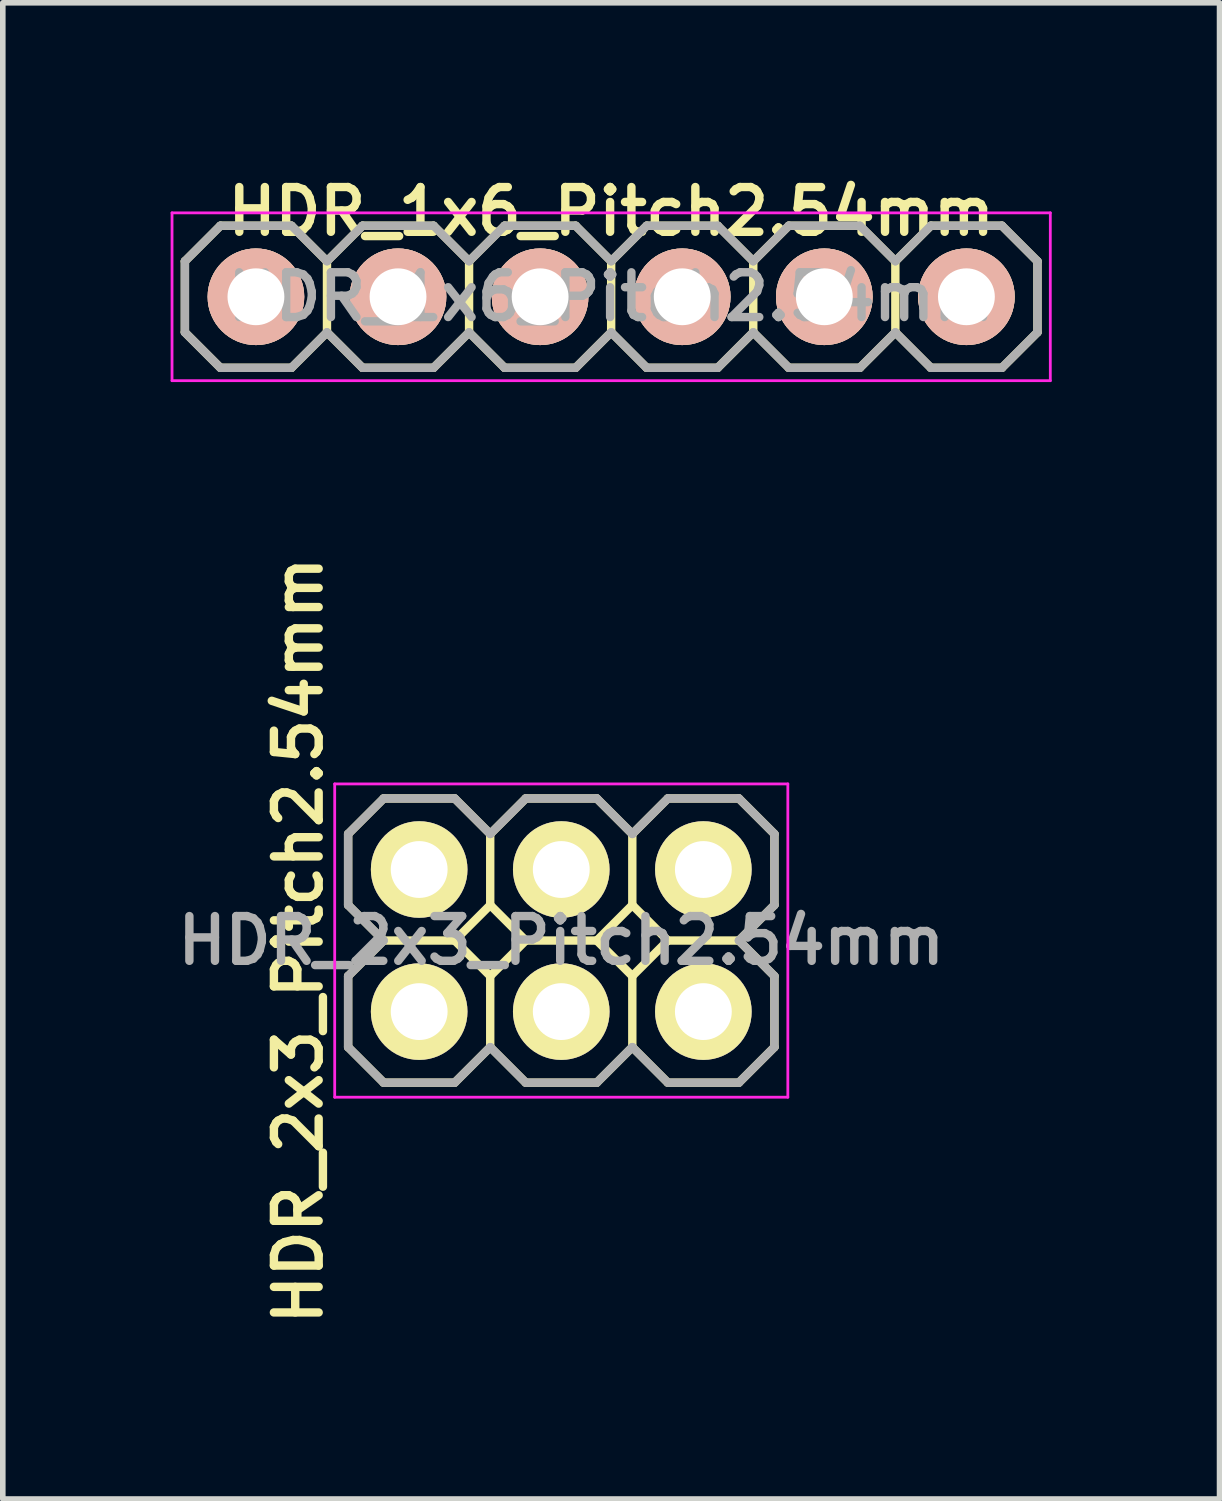
<source format=kicad_pcb>
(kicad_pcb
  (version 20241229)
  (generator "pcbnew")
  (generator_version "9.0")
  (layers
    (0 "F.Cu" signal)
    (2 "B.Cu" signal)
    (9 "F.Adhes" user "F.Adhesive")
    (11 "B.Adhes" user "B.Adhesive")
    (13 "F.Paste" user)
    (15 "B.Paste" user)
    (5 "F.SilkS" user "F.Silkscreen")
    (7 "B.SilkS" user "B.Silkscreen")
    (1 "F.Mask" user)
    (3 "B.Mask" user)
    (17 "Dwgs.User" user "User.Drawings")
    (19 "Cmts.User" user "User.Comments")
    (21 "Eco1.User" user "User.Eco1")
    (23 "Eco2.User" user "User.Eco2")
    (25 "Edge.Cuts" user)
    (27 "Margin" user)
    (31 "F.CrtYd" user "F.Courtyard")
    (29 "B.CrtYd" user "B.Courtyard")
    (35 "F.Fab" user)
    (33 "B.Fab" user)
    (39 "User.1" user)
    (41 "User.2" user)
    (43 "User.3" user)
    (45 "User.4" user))
  (footprint "HDR_2x3_Pitch2.54mm"
    (layer "F.Cu")
    (at 6.983 13.763)
    (property "Reference" "HDR_2x3_Pitch2.54mm" (at -4.699 0 270) (layer "F.SilkS") (effects (font (size 0.8 0.8) (thickness 0.15))))
    (attr through_hole)
    (fp_line (start -3.81 -1.905) (end -3.81 -0.635) (stroke (width 0.15) (type solid)) (layer "F.SilkS"))
    (fp_line (start -3.81 -0.635) (end -3.175 0) (stroke (width 0.15) (type solid)) (layer "F.SilkS"))
    (fp_line (start -3.81 0.635) (end -3.81 1.905) (stroke (width 0.15) (type solid)) (layer "F.SilkS"))
    (fp_line (start -3.81 1.905) (end -3.175 2.54) (stroke (width 0.15) (type solid)) (layer "F.SilkS"))
    (fp_line (start -3.175 -2.54) (end -3.81 -1.905) (stroke (width 0.15) (type solid)) (layer "F.SilkS"))
    (fp_line (start -3.175 0) (end -3.81 0.635) (stroke (width 0.15) (type solid)) (layer "F.SilkS"))
    (fp_line (start -3.175 2.54) (end -1.905 2.54) (stroke (width 0.15) (type solid)) (layer "F.SilkS"))
    (fp_line (start -1.905 -2.54) (end -3.175 -2.54) (stroke (width 0.15) (type solid)) (layer "F.SilkS"))
    (fp_line (start -1.905 0) (end -3.175 0) (stroke (width 0.15) (type solid)) (layer "F.SilkS"))
    (fp_line (start -1.905 0) (end -1.27 0.635) (stroke (width 0.15) (type solid)) (layer "F.SilkS"))
    (fp_line (start -1.905 2.54) (end -1.27 1.905) (stroke (width 0.15) (type solid)) (layer "F.SilkS"))
    (fp_line (start -1.27 -1.905) (end -1.905 -2.54) (stroke (width 0.15) (type solid)) (layer "F.SilkS"))
    (fp_line (start -1.27 -1.905) (end -1.27 -0.635) (stroke (width 0.15) (type solid)) (layer "F.SilkS"))
    (fp_line (start -1.27 -0.635) (end -1.905 0) (stroke (width 0.15) (type solid)) (layer "F.SilkS"))
    (fp_line (start -1.27 0.635) (end -1.27 1.905) (stroke (width 0.15) (type solid)) (layer "F.SilkS"))
    (fp_line (start -1.27 0.635) (end -0.635 0) (stroke (width 0.15) (type solid)) (layer "F.SilkS"))
    (fp_line (start -1.27 1.905) (end -0.635 2.54) (stroke (width 0.15) (type solid)) (layer "F.SilkS"))
    (fp_line (start -0.635 -2.54) (end -1.27 -1.905) (stroke (width 0.15) (type solid)) (layer "F.SilkS"))
    (fp_line (start -0.635 0) (end -1.27 -0.635) (stroke (width 0.15) (type solid)) (layer "F.SilkS"))
    (fp_line (start -0.635 0) (end 0.635 0) (stroke (width 0.15) (type solid)) (layer "F.SilkS"))
    (fp_line (start -0.635 2.54) (end 0.635 2.54) (stroke (width 0.15) (type solid)) (layer "F.SilkS"))
    (fp_line (start 0.635 -2.54) (end -0.635 -2.54) (stroke (width 0.15) (type solid)) (layer "F.SilkS"))
    (fp_line (start 0.635 0) (end 1.27 -0.635) (stroke (width 0.15) (type solid)) (layer "F.SilkS"))
    (fp_line (start 0.635 0) (end 1.27 0.635) (stroke (width 0.15) (type solid)) (layer "F.SilkS"))
    (fp_line (start 0.635 2.54) (end 1.27 1.905) (stroke (width 0.15) (type solid)) (layer "F.SilkS"))
    (fp_line (start 1.27 -1.905) (end 0.635 -2.54) (stroke (width 0.15) (type solid)) (layer "F.SilkS"))
    (fp_line (start 1.27 -0.635) (end 1.27 -1.905) (stroke (width 0.15) (type solid)) (layer "F.SilkS"))
    (fp_line (start 1.27 -0.635) (end 1.905 0) (stroke (width 0.15) (type solid)) (layer "F.SilkS"))
    (fp_line (start 1.27 0.635) (end 1.27 1.905) (stroke (width 0.15) (type solid)) (layer "F.SilkS"))
    (fp_line (start 1.27 1.905) (end 1.905 2.54) (stroke (width 0.15) (type solid)) (layer "F.SilkS"))
    (fp_line (start 1.905 -2.54) (end 1.27 -1.905) (stroke (width 0.15) (type solid)) (layer "F.SilkS"))
    (fp_line (start 1.905 0) (end 1.27 0.635) (stroke (width 0.15) (type solid)) (layer "F.SilkS"))
    (fp_line (start 1.905 0) (end 3.175 0) (stroke (width 0.15) (type solid)) (layer "F.SilkS"))
    (fp_line (start 1.905 2.54) (end 3.175 2.54) (stroke (width 0.15) (type solid)) (layer "F.SilkS"))
    (fp_line (start 3.175 -2.54) (end 1.905 -2.54) (stroke (width 0.15) (type solid)) (layer "F.SilkS"))
    (fp_line (start 3.175 0) (end 3.81 -0.635) (stroke (width 0.15) (type solid)) (layer "F.SilkS"))
    (fp_line (start 3.175 2.54) (end 3.81 1.905) (stroke (width 0.15) (type solid)) (layer "F.SilkS"))
    (fp_line (start 3.81 -1.905) (end 3.175 -2.54) (stroke (width 0.15) (type solid)) (layer "F.SilkS"))
    (fp_line (start 3.81 -0.635) (end 3.81 -1.905) (stroke (width 0.15) (type solid)) (layer "F.SilkS"))
    (fp_line (start 3.81 0.635) (end 3.175 0) (stroke (width 0.15) (type solid)) (layer "F.SilkS"))
    (fp_line (start 3.81 1.905) (end 3.81 0.635) (stroke (width 0.15) (type solid)) (layer "F.SilkS"))
    (fp_line (start -4.05 -2.8) (end -4.05 2.8) (stroke (width 0.05) (type solid)) (layer "F.CrtYd"))
    (fp_line (start -4.05 2.8) (end 4.05 2.8) (stroke (width 0.05) (type solid)) (layer "F.CrtYd"))
    (fp_line (start 4.05 -2.8) (end -4.05 -2.8) (stroke (width 0.05) (type solid)) (layer "F.CrtYd"))
    (fp_line (start 4.05 2.8) (end 4.05 -2.8) (stroke (width 0.05) (type solid)) (layer "F.CrtYd"))
    (fp_line (start -3.81 -1.905) (end -3.81 -0.635) (stroke (width 0.15) (type solid)) (layer "F.Fab"))
    (fp_line (start -3.81 -0.635) (end -3.175 0) (stroke (width 0.15) (type solid)) (layer "F.Fab"))
    (fp_line (start -3.81 0.635) (end -3.81 1.905) (stroke (width 0.15) (type solid)) (layer "F.Fab"))
    (fp_line (start -3.81 1.905) (end -3.175 2.54) (stroke (width 0.15) (type solid)) (layer "F.Fab"))
    (fp_line (start -3.175 -2.54) (end -3.81 -1.905) (stroke (width 0.15) (type solid)) (layer "F.Fab"))
    (fp_line (start -3.175 0) (end -3.81 0.635) (stroke (width 0.15) (type solid)) (layer "F.Fab"))
    (fp_line (start -3.175 2.54) (end -1.905 2.54) (stroke (width 0.15) (type solid)) (layer "F.Fab"))
    (fp_line (start -1.905 -2.54) (end -3.175 -2.54) (stroke (width 0.15) (type solid)) (layer "F.Fab"))
    (fp_line (start -1.905 2.54) (end -1.27 1.905) (stroke (width 0.15) (type solid)) (layer "F.Fab"))
    (fp_line (start -1.27 -1.905) (end -1.905 -2.54) (stroke (width 0.15) (type solid)) (layer "F.Fab"))
    (fp_line (start -1.27 1.905) (end -0.635 2.54) (stroke (width 0.15) (type solid)) (layer "F.Fab"))
    (fp_line (start -0.635 -2.54) (end -1.27 -1.905) (stroke (width 0.15) (type solid)) (layer "F.Fab"))
    (fp_line (start -0.635 2.54) (end 0.635 2.54) (stroke (width 0.15) (type solid)) (layer "F.Fab"))
    (fp_line (start 0.635 -2.54) (end -0.635 -2.54) (stroke (width 0.15) (type solid)) (layer "F.Fab"))
    (fp_line (start 0.635 2.54) (end 1.27 1.905) (stroke (width 0.15) (type solid)) (layer "F.Fab"))
    (fp_line (start 1.27 -1.905) (end 0.635 -2.54) (stroke (width 0.15) (type solid)) (layer "F.Fab"))
    (fp_line (start 1.27 1.905) (end 1.905 2.54) (stroke (width 0.15) (type solid)) (layer "F.Fab"))
    (fp_line (start 1.905 -2.54) (end 1.27 -1.905) (stroke (width 0.15) (type solid)) (layer "F.Fab"))
    (fp_line (start 1.905 2.54) (end 3.175 2.54) (stroke (width 0.15) (type solid)) (layer "F.Fab"))
    (fp_line (start 3.175 -2.54) (end 1.905 -2.54) (stroke (width 0.15) (type solid)) (layer "F.Fab"))
    (fp_line (start 3.175 0) (end 3.81 -0.635) (stroke (width 0.15) (type solid)) (layer "F.Fab"))
    (fp_line (start 3.175 2.54) (end 3.81 1.905) (stroke (width 0.15) (type solid)) (layer "F.Fab"))
    (fp_line (start 3.81 -1.905) (end 3.175 -2.54) (stroke (width 0.15) (type solid)) (layer "F.Fab"))
    (fp_line (start 3.81 -0.635) (end 3.81 -1.905) (stroke (width 0.15) (type solid)) (layer "F.Fab"))
    (fp_line (start 3.81 0.635) (end 3.175 0) (stroke (width 0.15) (type solid)) (layer "F.Fab"))
    (fp_line (start 3.81 1.905) (end 3.81 0.635) (stroke (width 0.15) (type solid)) (layer "F.Fab"))
    (fp_text user "${REFERENCE}" (at 0 0 0) (layer "F.Fab") (effects (font (size 0.8 0.8) (thickness 0.15))))
    (pad "1" thru_hole oval (at -2.54 1.27) (size 1.727 1.727) (drill 1.016) (layers "*.Cu" "*.Mask" "F.SilkS"))
    (pad "2" thru_hole oval (at -2.54 -1.27) (size 1.727 1.727) (drill 1.016) (layers "*.Cu" "*.Mask" "F.SilkS"))
    (pad "3" thru_hole oval (at 0 1.27) (size 1.727 1.727) (drill 1.016) (layers "*.Cu" "*.Mask" "F.SilkS"))
    (pad "4" thru_hole oval (at 0 -1.27) (size 1.727 1.727) (drill 1.016) (layers "*.Cu" "*.Mask" "F.SilkS"))
    (pad "5" thru_hole oval (at 2.54 1.27) (size 1.727 1.727) (drill 1.016) (layers "*.Cu" "*.Mask" "F.SilkS"))
    (pad "6" thru_hole oval (at 2.54 -1.27) (size 1.727 1.727) (drill 1.016) (layers "*.Cu" "*.Mask" "F.SilkS")))
  (footprint "HDR_1x6_Pitch2.54mm"
    (layer "F.Cu")
    (at 7.875 2.255)
    (property "Reference" "HDR_1x6_Pitch2.54mm" (at 0 -1.524 0) (layer "F.SilkS") (effects (font (size 0.8 0.8) (thickness 0.15))))
    (attr through_hole)
    (fp_line (start -7.62 -0.635) (end -7.62 0.635) (stroke (width 0.15) (type solid)) (layer "F.SilkS"))
    (fp_line (start -7.62 0.635) (end -6.985 1.27) (stroke (width 0.15) (type solid)) (layer "F.SilkS"))
    (fp_line (start -6.985 -1.27) (end -7.62 -0.635) (stroke (width 0.15) (type solid)) (layer "F.SilkS"))
    (fp_line (start -6.985 1.27) (end -5.715 1.27) (stroke (width 0.15) (type solid)) (layer "F.SilkS"))
    (fp_line (start -5.715 -1.27) (end -6.985 -1.27) (stroke (width 0.15) (type solid)) (layer "F.SilkS"))
    (fp_line (start -5.715 1.27) (end -5.08 0.635) (stroke (width 0.15) (type solid)) (layer "F.SilkS"))
    (fp_line (start -5.08 -0.635) (end -5.715 -1.27) (stroke (width 0.15) (type solid)) (layer "F.SilkS"))
    (fp_line (start -5.08 -0.635) (end -5.08 0.635) (stroke (width 0.15) (type solid)) (layer "F.SilkS"))
    (fp_line (start -5.08 0.635) (end -4.445 1.27) (stroke (width 0.15) (type solid)) (layer "F.SilkS"))
    (fp_line (start -4.445 -1.27) (end -5.08 -0.635) (stroke (width 0.15) (type solid)) (layer "F.SilkS"))
    (fp_line (start -4.445 1.27) (end -3.175 1.27) (stroke (width 0.15) (type solid)) (layer "F.SilkS"))
    (fp_line (start -3.175 -1.27) (end -4.445 -1.27) (stroke (width 0.15) (type solid)) (layer "F.SilkS"))
    (fp_line (start -3.175 1.27) (end -2.54 0.635) (stroke (width 0.15) (type solid)) (layer "F.SilkS"))
    (fp_line (start -2.54 -0.635) (end -3.175 -1.27) (stroke (width 0.15) (type solid)) (layer "F.SilkS"))
    (fp_line (start -2.54 -0.635) (end -2.54 0.635) (stroke (width 0.15) (type solid)) (layer "F.SilkS"))
    (fp_line (start -2.54 0.635) (end -1.905 1.27) (stroke (width 0.15) (type solid)) (layer "F.SilkS"))
    (fp_line (start -1.905 -1.27) (end -2.54 -0.635) (stroke (width 0.15) (type solid)) (layer "F.SilkS"))
    (fp_line (start -1.905 1.27) (end -0.635 1.27) (stroke (width 0.15) (type solid)) (layer "F.SilkS"))
    (fp_line (start -0.635 -1.27) (end -1.905 -1.27) (stroke (width 0.15) (type solid)) (layer "F.SilkS"))
    (fp_line (start -0.635 1.27) (end 0 0.635) (stroke (width 0.15) (type solid)) (layer "F.SilkS"))
    (fp_line (start 0 -0.635) (end -0.635 -1.27) (stroke (width 0.15) (type solid)) (layer "F.SilkS"))
    (fp_line (start 0 -0.635) (end 0 0.635) (stroke (width 0.15) (type solid)) (layer "F.SilkS"))
    (fp_line (start 0 0.635) (end 0.635 1.27) (stroke (width 0.15) (type solid)) (layer "F.SilkS"))
    (fp_line (start 0.635 -1.27) (end 0 -0.635) (stroke (width 0.15) (type solid)) (layer "F.SilkS"))
    (fp_line (start 0.635 1.27) (end 1.905 1.27) (stroke (width 0.15) (type solid)) (layer "F.SilkS"))
    (fp_line (start 1.905 -1.27) (end 0.635 -1.27) (stroke (width 0.15) (type solid)) (layer "F.SilkS"))
    (fp_line (start 1.905 1.27) (end 2.54 0.635) (stroke (width 0.15) (type solid)) (layer "F.SilkS"))
    (fp_line (start 2.54 -0.635) (end 1.905 -1.27) (stroke (width 0.15) (type solid)) (layer "F.SilkS"))
    (fp_line (start 2.54 -0.635) (end 2.54 0.635) (stroke (width 0.15) (type solid)) (layer "F.SilkS"))
    (fp_line (start 2.54 0.635) (end 3.175 1.27) (stroke (width 0.15) (type solid)) (layer "F.SilkS"))
    (fp_line (start 3.175 -1.27) (end 2.54 -0.635) (stroke (width 0.15) (type solid)) (layer "F.SilkS"))
    (fp_line (start 3.175 1.27) (end 4.445 1.27) (stroke (width 0.15) (type solid)) (layer "F.SilkS"))
    (fp_line (start 4.445 -1.27) (end 3.175 -1.27) (stroke (width 0.15) (type solid)) (layer "F.SilkS"))
    (fp_line (start 4.445 1.27) (end 5.08 0.635) (stroke (width 0.15) (type solid)) (layer "F.SilkS"))
    (fp_line (start 5.08 -0.635) (end 4.445 -1.27) (stroke (width 0.15) (type solid)) (layer "F.SilkS"))
    (fp_line (start 5.08 -0.635) (end 5.08 0.635) (stroke (width 0.15) (type solid)) (layer "F.SilkS"))
    (fp_line (start 5.08 0.635) (end 5.715 1.27) (stroke (width 0.15) (type solid)) (layer "F.SilkS"))
    (fp_line (start 5.715 -1.27) (end 5.08 -0.635) (stroke (width 0.15) (type solid)) (layer "F.SilkS"))
    (fp_line (start 5.715 1.27) (end 6.985 1.27) (stroke (width 0.15) (type solid)) (layer "F.SilkS"))
    (fp_line (start 6.985 -1.27) (end 5.715 -1.27) (stroke (width 0.15) (type solid)) (layer "F.SilkS"))
    (fp_line (start 6.985 1.27) (end 7.62 0.635) (stroke (width 0.15) (type solid)) (layer "F.SilkS"))
    (fp_line (start 7.62 -0.635) (end 6.985 -1.27) (stroke (width 0.15) (type solid)) (layer "F.SilkS"))
    (fp_line (start 7.62 0.635) (end 7.62 -0.635) (stroke (width 0.15) (type solid)) (layer "F.SilkS"))
    (fp_line (start -7.85 -1.5) (end -7.85 1.5) (stroke (width 0.05) (type solid)) (layer "F.CrtYd"))
    (fp_line (start -7.85 1.5) (end 7.85 1.5) (stroke (width 0.05) (type solid)) (layer "F.CrtYd"))
    (fp_line (start 7.85 -1.5) (end -7.85 -1.5) (stroke (width 0.05) (type solid)) (layer "F.CrtYd"))
    (fp_line (start 7.85 1.5) (end 7.85 -1.5) (stroke (width 0.05) (type solid)) (layer "F.CrtYd"))
    (fp_line (start -7.62 -0.635) (end -7.62 0.635) (stroke (width 0.15) (type solid)) (layer "F.Fab"))
    (fp_line (start -7.62 0.635) (end -6.985 1.27) (stroke (width 0.15) (type solid)) (layer "F.Fab"))
    (fp_line (start -6.985 -1.27) (end -7.62 -0.635) (stroke (width 0.15) (type solid)) (layer "F.Fab"))
    (fp_line (start -6.985 1.27) (end -5.715 1.27) (stroke (width 0.15) (type solid)) (layer "F.Fab"))
    (fp_line (start -5.715 -1.27) (end -6.985 -1.27) (stroke (width 0.15) (type solid)) (layer "F.Fab"))
    (fp_line (start -5.715 1.27) (end -5.08 0.635) (stroke (width 0.15) (type solid)) (layer "F.Fab"))
    (fp_line (start -5.08 -0.635) (end -5.715 -1.27) (stroke (width 0.15) (type solid)) (layer "F.Fab"))
    (fp_line (start -5.08 0.635) (end -4.445 1.27) (stroke (width 0.15) (type solid)) (layer "F.Fab"))
    (fp_line (start -4.445 -1.27) (end -5.08 -0.635) (stroke (width 0.15) (type solid)) (layer "F.Fab"))
    (fp_line (start -4.445 1.27) (end -3.175 1.27) (stroke (width 0.15) (type solid)) (layer "F.Fab"))
    (fp_line (start -3.175 -1.27) (end -4.445 -1.27) (stroke (width 0.15) (type solid)) (layer "F.Fab"))
    (fp_line (start -3.175 1.27) (end -2.54 0.635) (stroke (width 0.15) (type solid)) (layer "F.Fab"))
    (fp_line (start -2.54 -0.635) (end -3.175 -1.27) (stroke (width 0.15) (type solid)) (layer "F.Fab"))
    (fp_line (start -2.54 0.635) (end -1.905 1.27) (stroke (width 0.15) (type solid)) (layer "F.Fab"))
    (fp_line (start -1.905 -1.27) (end -2.54 -0.635) (stroke (width 0.15) (type solid)) (layer "F.Fab"))
    (fp_line (start -1.905 1.27) (end -0.635 1.27) (stroke (width 0.15) (type solid)) (layer "F.Fab"))
    (fp_line (start -0.635 -1.27) (end -1.905 -1.27) (stroke (width 0.15) (type solid)) (layer "F.Fab"))
    (fp_line (start -0.635 1.27) (end 0 0.635) (stroke (width 0.15) (type solid)) (layer "F.Fab"))
    (fp_line (start 0 -0.635) (end -0.635 -1.27) (stroke (width 0.15) (type solid)) (layer "F.Fab"))
    (fp_line (start 0 0.635) (end 0.635 1.27) (stroke (width 0.15) (type solid)) (layer "F.Fab"))
    (fp_line (start 0.635 -1.27) (end 0 -0.635) (stroke (width 0.15) (type solid)) (layer "F.Fab"))
    (fp_line (start 0.635 1.27) (end 1.905 1.27) (stroke (width 0.15) (type solid)) (layer "F.Fab"))
    (fp_line (start 1.905 -1.27) (end 0.635 -1.27) (stroke (width 0.15) (type solid)) (layer "F.Fab"))
    (fp_line (start 1.905 1.27) (end 2.54 0.635) (stroke (width 0.15) (type solid)) (layer "F.Fab"))
    (fp_line (start 2.54 -0.635) (end 1.905 -1.27) (stroke (width 0.15) (type solid)) (layer "F.Fab"))
    (fp_line (start 2.54 0.635) (end 3.175 1.27) (stroke (width 0.15) (type solid)) (layer "F.Fab"))
    (fp_line (start 3.175 -1.27) (end 2.54 -0.635) (stroke (width 0.15) (type solid)) (layer "F.Fab"))
    (fp_line (start 3.175 1.27) (end 4.445 1.27) (stroke (width 0.15) (type solid)) (layer "F.Fab"))
    (fp_line (start 4.445 -1.27) (end 3.175 -1.27) (stroke (width 0.15) (type solid)) (layer "F.Fab"))
    (fp_line (start 4.445 1.27) (end 5.08 0.635) (stroke (width 0.15) (type solid)) (layer "F.Fab"))
    (fp_line (start 5.08 -0.635) (end 4.445 -1.27) (stroke (width 0.15) (type solid)) (layer "F.Fab"))
    (fp_line (start 5.08 0.635) (end 5.715 1.27) (stroke (width 0.15) (type solid)) (layer "F.Fab"))
    (fp_line (start 5.715 -1.27) (end 5.08 -0.635) (stroke (width 0.15) (type solid)) (layer "F.Fab"))
    (fp_line (start 5.715 1.27) (end 6.985 1.27) (stroke (width 0.15) (type solid)) (layer "F.Fab"))
    (fp_line (start 6.985 -1.27) (end 5.715 -1.27) (stroke (width 0.15) (type solid)) (layer "F.Fab"))
    (fp_line (start 6.985 1.27) (end 7.62 0.635) (stroke (width 0.15) (type solid)) (layer "F.Fab"))
    (fp_line (start 7.62 -0.635) (end 6.985 -1.27) (stroke (width 0.15) (type solid)) (layer "F.Fab"))
    (fp_line (start 7.62 0.635) (end 7.62 -0.635) (stroke (width 0.15) (type solid)) (layer "F.Fab"))
    (fp_text user "${REFERENCE}" (at 0 0 0) (layer "F.Fab") (effects (font (size 0.8 0.8) (thickness 0.15))))
    (pad "1" thru_hole oval (at -6.35 0) (size 1.727 1.727) (drill 1.016) (layers "*.Cu" "*.SilkS" "*.Mask"))
    (pad "2" thru_hole oval (at -3.81 0) (size 1.727 1.727) (drill 1.016) (layers "*.Cu" "*.SilkS" "*.Mask"))
    (pad "3" thru_hole oval (at -1.27 0) (size 1.727 1.727) (drill 1.016) (layers "*.Cu" "*.SilkS" "*.Mask"))
    (pad "4" thru_hole oval (at 1.27 0) (size 1.727 1.727) (drill 1.016) (layers "*.Cu" "*.SilkS" "*.Mask"))
    (pad "5" thru_hole oval (at 3.81 0) (size 1.727 1.727) (drill 1.016) (layers "*.Cu" "*.SilkS" "*.Mask"))
    (pad "6" thru_hole oval (at 6.35 0) (size 1.727 1.727) (drill 1.016) (layers "*.Cu" "*.SilkS" "*.Mask")))
  (gr_rect
    (start -3 -3)
    (end 18.75 23.746)
    (stroke (width 0.1) (type default))
    (fill no)
    (layer "Edge.Cuts")))
</source>
